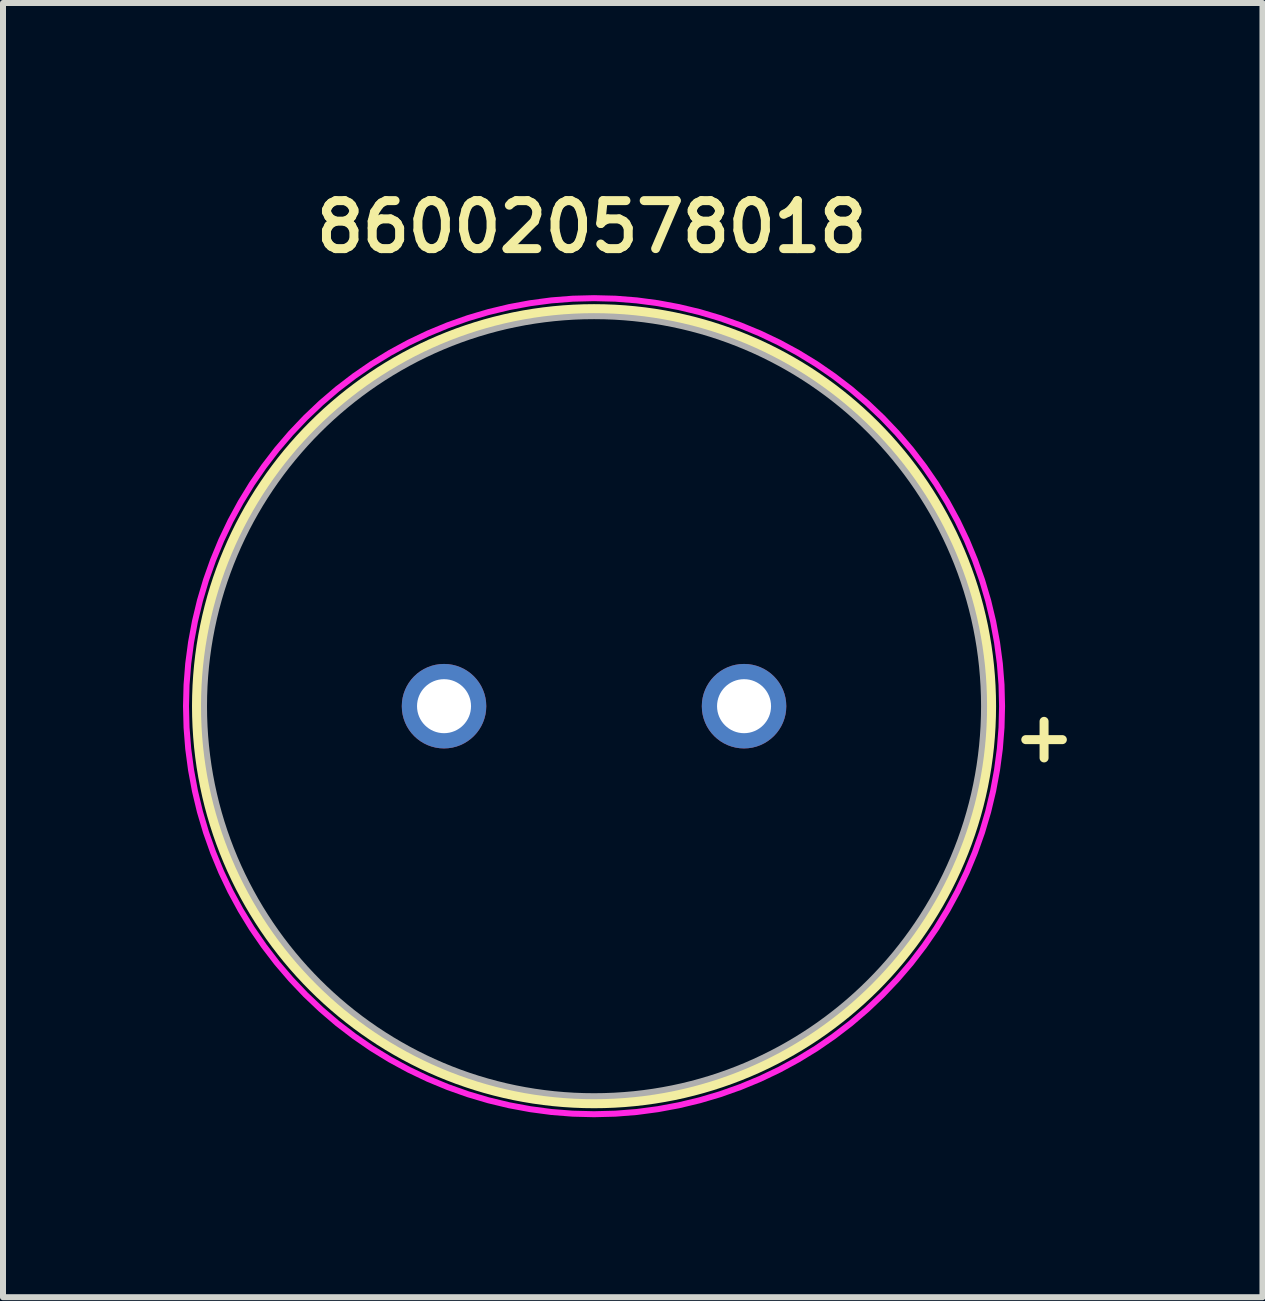
<source format=kicad_pcb>
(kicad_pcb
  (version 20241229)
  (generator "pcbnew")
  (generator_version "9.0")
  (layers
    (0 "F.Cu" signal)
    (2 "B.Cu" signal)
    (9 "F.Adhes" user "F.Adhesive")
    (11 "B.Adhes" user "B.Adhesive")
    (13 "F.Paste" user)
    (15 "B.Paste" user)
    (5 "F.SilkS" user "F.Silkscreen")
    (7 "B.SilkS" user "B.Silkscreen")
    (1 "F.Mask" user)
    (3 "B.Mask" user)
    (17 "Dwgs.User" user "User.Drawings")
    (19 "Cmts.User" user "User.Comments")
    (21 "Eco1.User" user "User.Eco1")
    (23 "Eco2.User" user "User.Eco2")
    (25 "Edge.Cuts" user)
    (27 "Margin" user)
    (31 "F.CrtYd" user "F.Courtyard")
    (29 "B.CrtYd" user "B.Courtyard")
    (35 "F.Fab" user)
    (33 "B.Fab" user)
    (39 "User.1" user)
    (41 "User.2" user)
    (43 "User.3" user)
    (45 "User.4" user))
  (footprint "860020578018"
    (layer "F.Cu")
    (at 6.85 8.719)
    (property "Reference" "860020578018" (at -0.04 -7.988 0) (layer "F.SilkS") (effects (font (size 0.8 0.8) (thickness 0.15))))
    (attr through_hole)
    (fp_circle (center 0 0) (end 6.6 0) (stroke (width 0.2) (type solid)) (fill no) (layer "F.SilkS"))
    (fp_poly (pts (xy 0 6.8) (xy -0.356 6.791) (xy -0.711 6.763) (xy -1.064 6.716) (xy -1.414 6.651) (xy -1.76 6.568) (xy -2.101 6.467) (xy -2.437 6.348) (xy -2.766 6.212) (xy -3.087 6.059) (xy -3.4 5.889) (xy -3.704 5.703) (xy -3.997 5.501) (xy -4.279 5.285) (xy -4.55 5.053) (xy -4.808 4.808) (xy -5.053 4.55) (xy -5.285 4.279) (xy -5.501 3.997) (xy -5.703 3.704) (xy -5.889 3.4) (xy -6.059 3.087) (xy -6.212 2.766) (xy -6.348 2.437) (xy -6.467 2.101) (xy -6.568 1.76) (xy -6.651 1.414) (xy -6.716 1.064) (xy -6.763 0.711) (xy -6.791 0.356) (xy -6.8 0) (xy -6.791 -0.356) (xy -6.763 -0.711) (xy -6.716 -1.064) (xy -6.651 -1.414) (xy -6.568 -1.76) (xy -6.467 -2.101) (xy -6.348 -2.437) (xy -6.212 -2.766) (xy -6.059 -3.087) (xy -5.889 -3.4) (xy -5.703 -3.704) (xy -5.501 -3.997) (xy -5.285 -4.279) (xy -5.053 -4.55) (xy -4.808 -4.808) (xy -4.55 -5.053) (xy -4.279 -5.285) (xy -3.997 -5.501) (xy -3.704 -5.703) (xy -3.4 -5.889) (xy -3.087 -6.059) (xy -2.766 -6.212) (xy -2.437 -6.348) (xy -2.101 -6.467) (xy -1.76 -6.568) (xy -1.414 -6.651) (xy -1.064 -6.716) (xy -0.711 -6.763) (xy -0.356 -6.791) (xy 0 -6.8) (xy 0.356 -6.791) (xy 0.711 -6.763) (xy 1.064 -6.716) (xy 1.414 -6.651) (xy 1.76 -6.568) (xy 2.101 -6.467) (xy 2.437 -6.348) (xy 2.766 -6.212) (xy 3.087 -6.059) (xy 3.4 -5.889) (xy 3.704 -5.703) (xy 3.997 -5.501) (xy 4.279 -5.285) (xy 4.55 -5.053) (xy 4.808 -4.808) (xy 5.053 -4.55) (xy 5.285 -4.279) (xy 5.501 -3.997) (xy 5.703 -3.704) (xy 5.889 -3.4) (xy 6.059 -3.087) (xy 6.212 -2.766) (xy 6.348 -2.437) (xy 6.467 -2.101) (xy 6.568 -1.76) (xy 6.651 -1.414) (xy 6.716 -1.064) (xy 6.763 -0.711) (xy 6.791 -0.356) (xy 6.8 0) (xy 6.791 0.356) (xy 6.763 0.711) (xy 6.716 1.064) (xy 6.651 1.414) (xy 6.568 1.76) (xy 6.467 2.101) (xy 6.348 2.437) (xy 6.212 2.766) (xy 6.059 3.087) (xy 5.889 3.4) (xy 5.703 3.704) (xy 5.501 3.997) (xy 5.285 4.279) (xy 5.053 4.55) (xy 4.808 4.808) (xy 4.55 5.053) (xy 4.279 5.285) (xy 3.997 5.501) (xy 3.704 5.703) (xy 3.4 5.889) (xy 3.087 6.059) (xy 2.766 6.212) (xy 2.437 6.348) (xy 2.101 6.467) (xy 1.76 6.568) (xy 1.414 6.651) (xy 1.064 6.716) (xy 0.711 6.763) (xy 0.356 6.791) (xy 0 6.8)) (stroke (width 0.1) (type solid)) (fill no) (layer "F.CrtYd"))
    (fp_circle (center 0 0) (end 6.5 0) (stroke (width 0.1) (type solid)) (fill no) (layer "F.Fab"))
    (fp_text user "+" (at 7.5 0.5 0) (layer "F.SilkS") (effects (font (size 0.8 0.8) (thickness 0.15))))
    (pad "1" thru_hole circle (at 2.5 0) (size 1.408 1.408) (drill 0.9) (layers "*.Cu" "*.Mask"))
    (pad "2" thru_hole circle (at -2.5 0) (size 1.408 1.408) (drill 0.9) (layers "*.Cu" "*.Mask")))
  (gr_rect
    (start -3 -3)
    (end 17.99 18.569)
    (stroke (width 0.1) (type default))
    (fill no)
    (layer "Edge.Cuts")))
</source>
